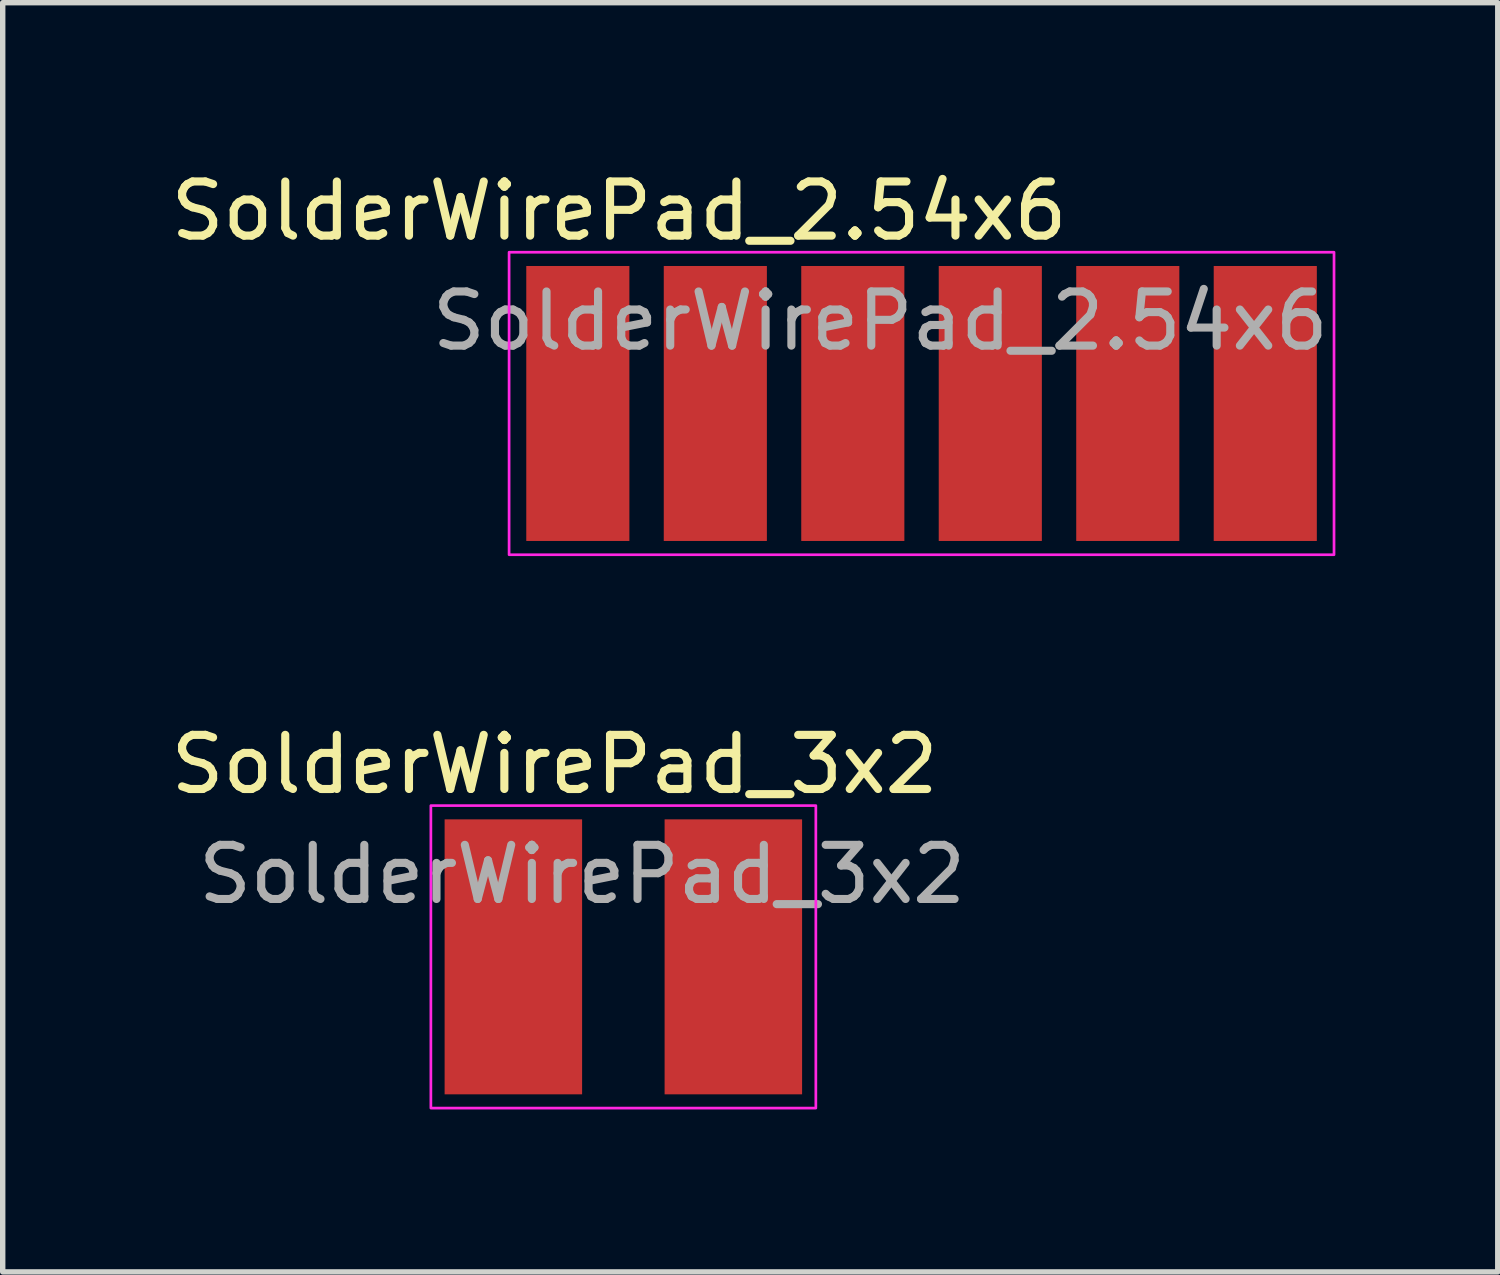
<source format=kicad_pcb>
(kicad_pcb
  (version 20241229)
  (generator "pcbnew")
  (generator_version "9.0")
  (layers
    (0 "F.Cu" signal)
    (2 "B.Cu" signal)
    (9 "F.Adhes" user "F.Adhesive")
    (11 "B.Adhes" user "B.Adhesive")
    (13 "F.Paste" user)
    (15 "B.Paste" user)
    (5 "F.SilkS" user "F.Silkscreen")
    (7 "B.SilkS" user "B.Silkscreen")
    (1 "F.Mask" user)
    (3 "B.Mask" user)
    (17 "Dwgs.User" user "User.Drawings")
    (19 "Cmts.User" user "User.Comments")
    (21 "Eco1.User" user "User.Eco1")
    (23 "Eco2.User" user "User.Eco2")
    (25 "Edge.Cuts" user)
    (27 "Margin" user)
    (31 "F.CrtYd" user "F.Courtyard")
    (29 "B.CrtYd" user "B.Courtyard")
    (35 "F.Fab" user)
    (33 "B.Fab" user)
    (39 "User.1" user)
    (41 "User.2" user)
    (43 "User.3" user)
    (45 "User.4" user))
  (footprint "SolderWirePad_3x2"
    (layer "F.Cu")
    (at 8.466 14.627)
    (property "Reference" "SolderWirePad_3x2" (at -1.27 -3.556 0) (layer "F.SilkS") (effects (font (size 1 1) (thickness 0.15))))
    (attr smd exclude_from_pos_files exclude_from_bom)
    (fp_rect (start -3.556 -2.794) (end 3.556 2.794) (stroke (width 0.05) (type solid)) (fill no) (layer "F.CrtYd"))
    (fp_text user "${REFERENCE}" (at -0.762 -1.524 0) (layer "F.Fab") (effects (font (size 1 1) (thickness 0.15))))
    (pad "1" smd rect (at -2.032 0) (size 2.54 5.08) (layers "F.Cu" "F.Mask" "F.Paste"))
    (pad "2" smd rect (at 2.032 0) (size 2.54 5.08) (layers "F.Cu" "F.Mask" "F.Paste")))
  (footprint "SolderWirePad_2.54x6"
    (layer "F.Cu")
    (at 13.975 4.404)
    (property "Reference" "SolderWirePad_2.54x6" (at -5.588 -3.556 0) (layer "F.SilkS") (effects (font (size 1 1) (thickness 0.15))))
    (attr smd exclude_from_pos_files exclude_from_bom)
    (fp_rect (start -7.62 -2.794) (end 7.62 2.794) (stroke (width 0.05) (type solid)) (fill no) (layer "F.CrtYd"))
    (fp_text user "${REFERENCE}" (at -0.762 -1.524 0) (layer "F.Fab") (effects (font (size 1 1) (thickness 0.15))))
    (pad "1" smd rect (at -6.35 0) (size 1.905 5.08) (layers "F.Cu" "F.Mask" "F.Paste"))
    (pad "2" smd rect (at -3.81 0) (size 1.905 5.08) (layers "F.Cu" "F.Mask" "F.Paste"))
    (pad "3" smd rect (at -1.27 0) (size 1.905 5.08) (layers "F.Cu" "F.Mask" "F.Paste"))
    (pad "4" smd rect (at 1.27 0) (size 1.905 5.08) (layers "F.Cu" "F.Mask" "F.Paste"))
    (pad "5" smd rect (at 3.81 0) (size 1.905 5.08) (layers "F.Cu" "F.Mask" "F.Paste"))
    (pad "6" smd rect (at 6.35 0) (size 1.905 5.08) (layers "F.Cu" "F.Mask" "F.Paste")))
  (gr_rect
    (start -3 -3)
    (end 24.62 20.447)
    (stroke (width 0.1) (type default))
    (fill no)
    (layer "Edge.Cuts")))
</source>
